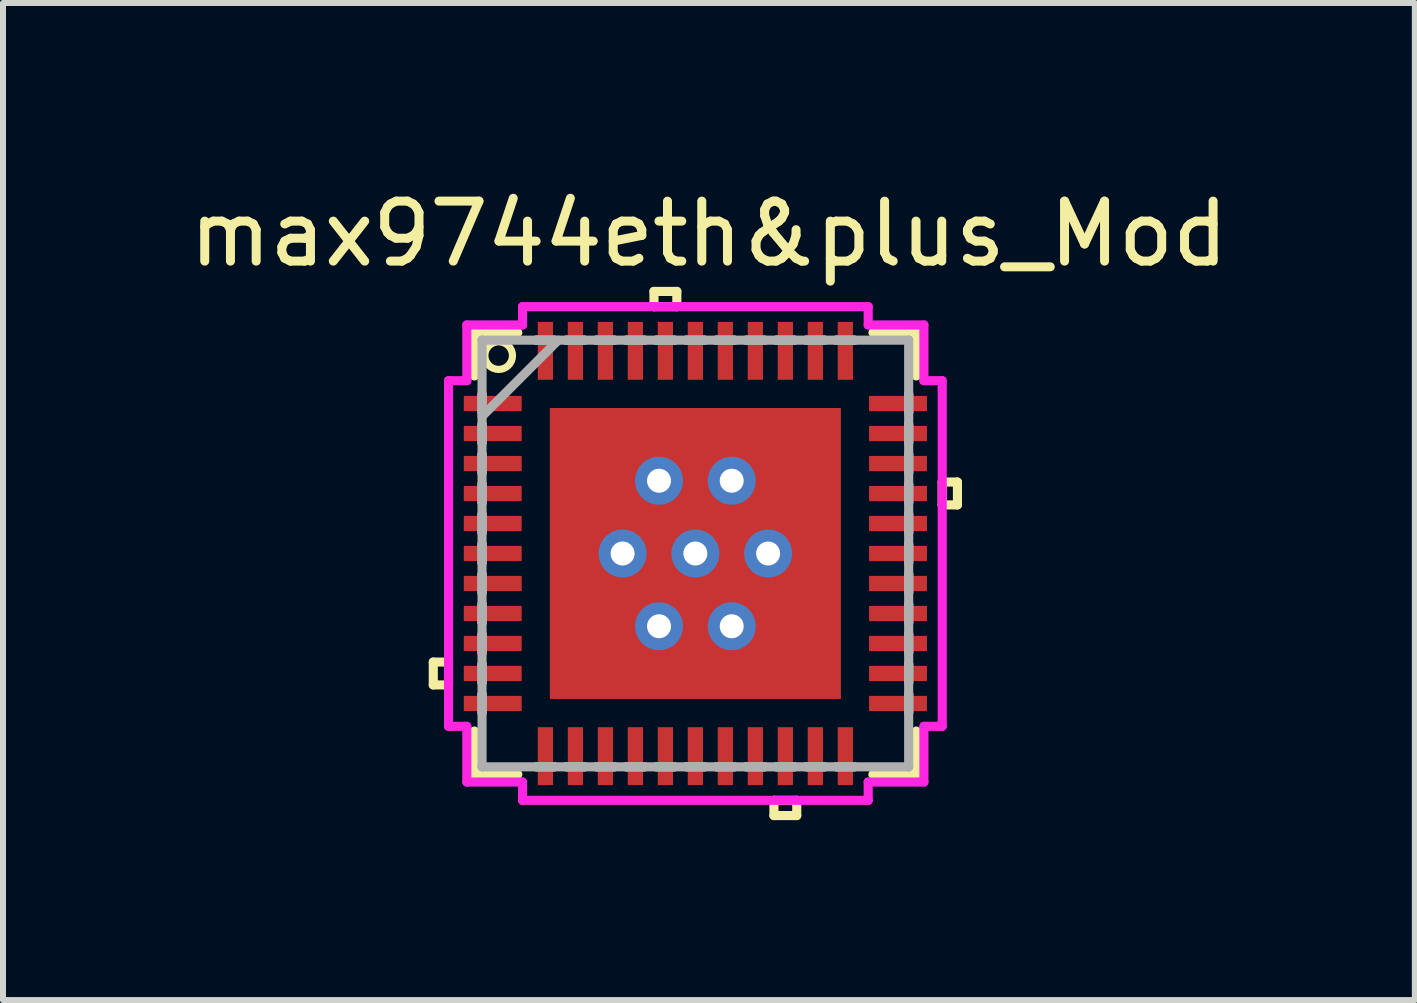
<source format=kicad_pcb>
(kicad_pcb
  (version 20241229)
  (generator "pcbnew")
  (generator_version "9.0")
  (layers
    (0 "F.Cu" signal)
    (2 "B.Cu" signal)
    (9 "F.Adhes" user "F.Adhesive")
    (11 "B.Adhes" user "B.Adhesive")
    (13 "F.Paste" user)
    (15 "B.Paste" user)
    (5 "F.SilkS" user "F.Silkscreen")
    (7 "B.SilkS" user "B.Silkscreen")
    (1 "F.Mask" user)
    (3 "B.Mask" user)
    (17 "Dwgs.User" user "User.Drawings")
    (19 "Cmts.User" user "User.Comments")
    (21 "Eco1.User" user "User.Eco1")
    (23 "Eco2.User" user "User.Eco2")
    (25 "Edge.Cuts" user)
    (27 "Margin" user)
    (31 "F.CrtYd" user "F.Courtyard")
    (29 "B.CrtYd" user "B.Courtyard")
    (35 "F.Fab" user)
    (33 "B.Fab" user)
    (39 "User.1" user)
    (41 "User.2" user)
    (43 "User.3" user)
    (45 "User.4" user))
  (footprint "max9744eth&plus_Mod"
    (layer "F.Cu")
    (at 8.542 6.177)
    (property "Reference" "max9744eth&plus_Mod" (at 0.226 -5.329 0) (layer "F.SilkS") (effects (font (size 1 1) (thickness 0.15))))
    (attr through_hole)
    (fp_line (start -4.369 1.81) (end -4.369 2.191) (stroke (width 0.152) (type solid)) (layer "F.SilkS"))
    (fp_line (start -4.369 2.191) (end -4.115 2.191) (stroke (width 0.152) (type solid)) (layer "F.SilkS"))
    (fp_line (start -4.115 1.81) (end -4.369 1.81) (stroke (width 0.152) (type solid)) (layer "F.SilkS"))
    (fp_line (start -4.115 2.191) (end -4.115 1.81) (stroke (width 0.152) (type solid)) (layer "F.SilkS"))
    (fp_line (start -3.683 -3.683) (end -3.683 -2.96) (stroke (width 0.152) (type solid)) (layer "F.SilkS"))
    (fp_line (start -3.683 2.96) (end -3.683 3.683) (stroke (width 0.152) (type solid)) (layer "F.SilkS"))
    (fp_line (start -3.683 3.683) (end -2.96 3.683) (stroke (width 0.152) (type solid)) (layer "F.SilkS"))
    (fp_line (start -2.96 -3.683) (end -3.683 -3.683) (stroke (width 0.152) (type solid)) (layer "F.SilkS"))
    (fp_line (start -0.69 -4.369) (end -0.309 -4.369) (stroke (width 0.152) (type solid)) (layer "F.SilkS"))
    (fp_line (start -0.69 -4.115) (end -0.69 -4.369) (stroke (width 0.152) (type solid)) (layer "F.SilkS"))
    (fp_line (start -0.309 -4.369) (end -0.309 -4.115) (stroke (width 0.152) (type solid)) (layer "F.SilkS"))
    (fp_line (start -0.309 -4.115) (end -0.69 -4.115) (stroke (width 0.152) (type solid)) (layer "F.SilkS"))
    (fp_line (start 1.31 4.115) (end 1.31 4.369) (stroke (width 0.152) (type solid)) (layer "F.SilkS"))
    (fp_line (start 1.31 4.369) (end 1.69 4.369) (stroke (width 0.152) (type solid)) (layer "F.SilkS"))
    (fp_line (start 1.69 4.115) (end 1.31 4.115) (stroke (width 0.152) (type solid)) (layer "F.SilkS"))
    (fp_line (start 1.69 4.369) (end 1.69 4.115) (stroke (width 0.152) (type solid)) (layer "F.SilkS"))
    (fp_line (start 2.96 3.683) (end 3.683 3.683) (stroke (width 0.152) (type solid)) (layer "F.SilkS"))
    (fp_line (start 3.683 -3.683) (end 2.96 -3.683) (stroke (width 0.152) (type solid)) (layer "F.SilkS"))
    (fp_line (start 3.683 -2.96) (end 3.683 -3.683) (stroke (width 0.152) (type solid)) (layer "F.SilkS"))
    (fp_line (start 3.683 3.683) (end 3.683 2.96) (stroke (width 0.152) (type solid)) (layer "F.SilkS"))
    (fp_line (start 4.115 -1.191) (end 4.369 -1.191) (stroke (width 0.152) (type solid)) (layer "F.SilkS"))
    (fp_line (start 4.115 -0.81) (end 4.115 -1.191) (stroke (width 0.152) (type solid)) (layer "F.SilkS"))
    (fp_line (start 4.369 -1.191) (end 4.369 -0.81) (stroke (width 0.152) (type solid)) (layer "F.SilkS"))
    (fp_line (start 4.369 -0.81) (end 4.115 -0.81) (stroke (width 0.152) (type solid)) (layer "F.SilkS"))
    (fp_circle (center -3.279 -3.299) (end -3.454 -3.449) (stroke (width 0.12) (type solid)) (fill no) (layer "F.SilkS"))
    (fp_line (start -2.326 -2.326) (end -2.326 -0.909) (stroke (width 0.152) (type solid)) (layer "F.Paste"))
    (fp_line (start -2.326 -0.909) (end -0.909 -0.909) (stroke (width 0.152) (type solid)) (layer "F.Paste"))
    (fp_line (start -2.326 -0.709) (end -2.326 0.709) (stroke (width 0.152) (type solid)) (layer "F.Paste"))
    (fp_line (start -2.326 0.709) (end -0.909 0.709) (stroke (width 0.152) (type solid)) (layer "F.Paste"))
    (fp_line (start -2.326 0.909) (end -2.326 2.326) (stroke (width 0.152) (type solid)) (layer "F.Paste"))
    (fp_line (start -2.326 2.326) (end -0.909 2.326) (stroke (width 0.152) (type solid)) (layer "F.Paste"))
    (fp_line (start -0.909 -2.326) (end -2.326 -2.326) (stroke (width 0.152) (type solid)) (layer "F.Paste"))
    (fp_line (start -0.909 -0.909) (end -0.909 -2.326) (stroke (width 0.152) (type solid)) (layer "F.Paste"))
    (fp_line (start -0.909 -0.709) (end -2.326 -0.709) (stroke (width 0.152) (type solid)) (layer "F.Paste"))
    (fp_line (start -0.909 0.709) (end -0.909 -0.709) (stroke (width 0.152) (type solid)) (layer "F.Paste"))
    (fp_line (start -0.909 0.909) (end -2.326 0.909) (stroke (width 0.152) (type solid)) (layer "F.Paste"))
    (fp_line (start -0.909 2.326) (end -0.909 0.909) (stroke (width 0.152) (type solid)) (layer "F.Paste"))
    (fp_line (start -0.709 -2.326) (end -0.709 -0.909) (stroke (width 0.152) (type solid)) (layer "F.Paste"))
    (fp_line (start -0.709 -0.909) (end 0.709 -0.909) (stroke (width 0.152) (type solid)) (layer "F.Paste"))
    (fp_line (start -0.709 -0.709) (end -0.709 0.709) (stroke (width 0.152) (type solid)) (layer "F.Paste"))
    (fp_line (start -0.709 0.709) (end 0.709 0.709) (stroke (width 0.152) (type solid)) (layer "F.Paste"))
    (fp_line (start -0.709 0.909) (end -0.709 2.326) (stroke (width 0.152) (type solid)) (layer "F.Paste"))
    (fp_line (start -0.709 2.326) (end 0.709 2.326) (stroke (width 0.152) (type solid)) (layer "F.Paste"))
    (fp_line (start 0.709 -2.326) (end -0.709 -2.326) (stroke (width 0.152) (type solid)) (layer "F.Paste"))
    (fp_line (start 0.709 -0.909) (end 0.709 -2.326) (stroke (width 0.152) (type solid)) (layer "F.Paste"))
    (fp_line (start 0.709 -0.709) (end -0.709 -0.709) (stroke (width 0.152) (type solid)) (layer "F.Paste"))
    (fp_line (start 0.709 0.709) (end 0.709 -0.709) (stroke (width 0.152) (type solid)) (layer "F.Paste"))
    (fp_line (start 0.709 0.909) (end -0.709 0.909) (stroke (width 0.152) (type solid)) (layer "F.Paste"))
    (fp_line (start 0.709 2.326) (end 0.709 0.909) (stroke (width 0.152) (type solid)) (layer "F.Paste"))
    (fp_line (start 0.909 -2.326) (end 0.909 -0.909) (stroke (width 0.152) (type solid)) (layer "F.Paste"))
    (fp_line (start 0.909 -0.909) (end 2.326 -0.909) (stroke (width 0.152) (type solid)) (layer "F.Paste"))
    (fp_line (start 0.909 -0.709) (end 0.909 0.709) (stroke (width 0.152) (type solid)) (layer "F.Paste"))
    (fp_line (start 0.909 0.709) (end 2.326 0.709) (stroke (width 0.152) (type solid)) (layer "F.Paste"))
    (fp_line (start 0.909 0.909) (end 0.909 2.326) (stroke (width 0.152) (type solid)) (layer "F.Paste"))
    (fp_line (start 0.909 2.326) (end 2.326 2.326) (stroke (width 0.152) (type solid)) (layer "F.Paste"))
    (fp_line (start 2.326 -2.326) (end 0.909 -2.326) (stroke (width 0.152) (type solid)) (layer "F.Paste"))
    (fp_line (start 2.326 -0.909) (end 2.326 -2.326) (stroke (width 0.152) (type solid)) (layer "F.Paste"))
    (fp_line (start 2.326 -0.709) (end 0.909 -0.709) (stroke (width 0.152) (type solid)) (layer "F.Paste"))
    (fp_line (start 2.326 0.709) (end 2.326 -0.709) (stroke (width 0.152) (type solid)) (layer "F.Paste"))
    (fp_line (start 2.326 0.909) (end 0.909 0.909) (stroke (width 0.152) (type solid)) (layer "F.Paste"))
    (fp_line (start 2.326 2.326) (end 2.326 0.909) (stroke (width 0.152) (type solid)) (layer "F.Paste"))
    (fp_line (start -4.115 -2.881) (end -3.81 -2.881) (stroke (width 0.152) (type solid)) (layer "F.CrtYd"))
    (fp_line (start -4.115 2.881) (end -4.115 -2.881) (stroke (width 0.152) (type solid)) (layer "F.CrtYd"))
    (fp_line (start -3.81 -3.81) (end -2.881 -3.81) (stroke (width 0.152) (type solid)) (layer "F.CrtYd"))
    (fp_line (start -3.81 -2.881) (end -3.81 -3.81) (stroke (width 0.152) (type solid)) (layer "F.CrtYd"))
    (fp_line (start -3.81 2.881) (end -4.115 2.881) (stroke (width 0.152) (type solid)) (layer "F.CrtYd"))
    (fp_line (start -3.81 3.81) (end -3.81 2.881) (stroke (width 0.152) (type solid)) (layer "F.CrtYd"))
    (fp_line (start -2.881 -4.115) (end 2.881 -4.115) (stroke (width 0.152) (type solid)) (layer "F.CrtYd"))
    (fp_line (start -2.881 -3.81) (end -2.881 -4.115) (stroke (width 0.152) (type solid)) (layer "F.CrtYd"))
    (fp_line (start -2.881 3.81) (end -3.81 3.81) (stroke (width 0.152) (type solid)) (layer "F.CrtYd"))
    (fp_line (start -2.881 4.115) (end -2.881 3.81) (stroke (width 0.152) (type solid)) (layer "F.CrtYd"))
    (fp_line (start 2.881 -4.115) (end 2.881 -3.81) (stroke (width 0.152) (type solid)) (layer "F.CrtYd"))
    (fp_line (start 2.881 -3.81) (end 3.81 -3.81) (stroke (width 0.152) (type solid)) (layer "F.CrtYd"))
    (fp_line (start 2.881 3.81) (end 2.881 4.115) (stroke (width 0.152) (type solid)) (layer "F.CrtYd"))
    (fp_line (start 2.881 4.115) (end -2.881 4.115) (stroke (width 0.152) (type solid)) (layer "F.CrtYd"))
    (fp_line (start 3.81 -3.81) (end 3.81 -2.881) (stroke (width 0.152) (type solid)) (layer "F.CrtYd"))
    (fp_line (start 3.81 -2.881) (end 4.115 -2.881) (stroke (width 0.152) (type solid)) (layer "F.CrtYd"))
    (fp_line (start 3.81 2.881) (end 3.81 3.81) (stroke (width 0.152) (type solid)) (layer "F.CrtYd"))
    (fp_line (start 3.81 3.81) (end 2.881 3.81) (stroke (width 0.152) (type solid)) (layer "F.CrtYd"))
    (fp_line (start 4.115 -2.881) (end 4.115 2.881) (stroke (width 0.152) (type solid)) (layer "F.CrtYd"))
    (fp_line (start 4.115 2.881) (end 3.81 2.881) (stroke (width 0.152) (type solid)) (layer "F.CrtYd"))
    (fp_line (start -3.556 -3.556) (end -3.556 -3.556) (stroke (width 0.152) (type solid)) (layer "F.Fab"))
    (fp_line (start -3.556 -3.556) (end -3.556 3.556) (stroke (width 0.152) (type solid)) (layer "F.Fab"))
    (fp_line (start -3.556 -2.652) (end -3.556 -2.652) (stroke (width 0.152) (type solid)) (layer "F.Fab"))
    (fp_line (start -3.556 -2.652) (end -3.556 -2.348) (stroke (width 0.152) (type solid)) (layer "F.Fab"))
    (fp_line (start -3.556 -2.348) (end -3.556 -2.652) (stroke (width 0.152) (type solid)) (layer "F.Fab"))
    (fp_line (start -3.556 -2.348) (end -3.556 -2.348) (stroke (width 0.152) (type solid)) (layer "F.Fab"))
    (fp_line (start -3.556 -2.286) (end -2.286 -3.556) (stroke (width 0.152) (type solid)) (layer "F.Fab"))
    (fp_line (start -3.556 -2.152) (end -3.556 -2.152) (stroke (width 0.152) (type solid)) (layer "F.Fab"))
    (fp_line (start -3.556 -2.152) (end -3.556 -1.848) (stroke (width 0.152) (type solid)) (layer "F.Fab"))
    (fp_line (start -3.556 -1.848) (end -3.556 -2.152) (stroke (width 0.152) (type solid)) (layer "F.Fab"))
    (fp_line (start -3.556 -1.848) (end -3.556 -1.848) (stroke (width 0.152) (type solid)) (layer "F.Fab"))
    (fp_line (start -3.556 -1.652) (end -3.556 -1.652) (stroke (width 0.152) (type solid)) (layer "F.Fab"))
    (fp_line (start -3.556 -1.652) (end -3.556 -1.348) (stroke (width 0.152) (type solid)) (layer "F.Fab"))
    (fp_line (start -3.556 -1.348) (end -3.556 -1.652) (stroke (width 0.152) (type solid)) (layer "F.Fab"))
    (fp_line (start -3.556 -1.348) (end -3.556 -1.348) (stroke (width 0.152) (type solid)) (layer "F.Fab"))
    (fp_line (start -3.556 -1.152) (end -3.556 -1.152) (stroke (width 0.152) (type solid)) (layer "F.Fab"))
    (fp_line (start -3.556 -1.152) (end -3.556 -0.848) (stroke (width 0.152) (type solid)) (layer "F.Fab"))
    (fp_line (start -3.556 -0.848) (end -3.556 -1.152) (stroke (width 0.152) (type solid)) (layer "F.Fab"))
    (fp_line (start -3.556 -0.848) (end -3.556 -0.848) (stroke (width 0.152) (type solid)) (layer "F.Fab"))
    (fp_line (start -3.556 -0.652) (end -3.556 -0.652) (stroke (width 0.152) (type solid)) (layer "F.Fab"))
    (fp_line (start -3.556 -0.652) (end -3.556 -0.348) (stroke (width 0.152) (type solid)) (layer "F.Fab"))
    (fp_line (start -3.556 -0.348) (end -3.556 -0.652) (stroke (width 0.152) (type solid)) (layer "F.Fab"))
    (fp_line (start -3.556 -0.348) (end -3.556 -0.348) (stroke (width 0.152) (type solid)) (layer "F.Fab"))
    (fp_line (start -3.556 -0.152) (end -3.556 -0.152) (stroke (width 0.152) (type solid)) (layer "F.Fab"))
    (fp_line (start -3.556 -0.152) (end -3.556 0.152) (stroke (width 0.152) (type solid)) (layer "F.Fab"))
    (fp_line (start -3.556 0.152) (end -3.556 -0.152) (stroke (width 0.152) (type solid)) (layer "F.Fab"))
    (fp_line (start -3.556 0.152) (end -3.556 0.152) (stroke (width 0.152) (type solid)) (layer "F.Fab"))
    (fp_line (start -3.556 0.348) (end -3.556 0.348) (stroke (width 0.152) (type solid)) (layer "F.Fab"))
    (fp_line (start -3.556 0.348) (end -3.556 0.652) (stroke (width 0.152) (type solid)) (layer "F.Fab"))
    (fp_line (start -3.556 0.652) (end -3.556 0.348) (stroke (width 0.152) (type solid)) (layer "F.Fab"))
    (fp_line (start -3.556 0.652) (end -3.556 0.652) (stroke (width 0.152) (type solid)) (layer "F.Fab"))
    (fp_line (start -3.556 0.848) (end -3.556 0.848) (stroke (width 0.152) (type solid)) (layer "F.Fab"))
    (fp_line (start -3.556 0.848) (end -3.556 1.152) (stroke (width 0.152) (type solid)) (layer "F.Fab"))
    (fp_line (start -3.556 1.152) (end -3.556 0.848) (stroke (width 0.152) (type solid)) (layer "F.Fab"))
    (fp_line (start -3.556 1.152) (end -3.556 1.152) (stroke (width 0.152) (type solid)) (layer "F.Fab"))
    (fp_line (start -3.556 1.348) (end -3.556 1.348) (stroke (width 0.152) (type solid)) (layer "F.Fab"))
    (fp_line (start -3.556 1.348) (end -3.556 1.652) (stroke (width 0.152) (type solid)) (layer "F.Fab"))
    (fp_line (start -3.556 1.652) (end -3.556 1.348) (stroke (width 0.152) (type solid)) (layer "F.Fab"))
    (fp_line (start -3.556 1.652) (end -3.556 1.652) (stroke (width 0.152) (type solid)) (layer "F.Fab"))
    (fp_line (start -3.556 1.848) (end -3.556 1.848) (stroke (width 0.152) (type solid)) (layer "F.Fab"))
    (fp_line (start -3.556 1.848) (end -3.556 2.152) (stroke (width 0.152) (type solid)) (layer "F.Fab"))
    (fp_line (start -3.556 2.152) (end -3.556 1.848) (stroke (width 0.152) (type solid)) (layer "F.Fab"))
    (fp_line (start -3.556 2.152) (end -3.556 2.152) (stroke (width 0.152) (type solid)) (layer "F.Fab"))
    (fp_line (start -3.556 2.348) (end -3.556 2.348) (stroke (width 0.152) (type solid)) (layer "F.Fab"))
    (fp_line (start -3.556 2.348) (end -3.556 2.652) (stroke (width 0.152) (type solid)) (layer "F.Fab"))
    (fp_line (start -3.556 2.652) (end -3.556 2.348) (stroke (width 0.152) (type solid)) (layer "F.Fab"))
    (fp_line (start -3.556 2.652) (end -3.556 2.652) (stroke (width 0.152) (type solid)) (layer "F.Fab"))
    (fp_line (start -3.556 3.556) (end -3.556 3.556) (stroke (width 0.152) (type solid)) (layer "F.Fab"))
    (fp_line (start -3.556 3.556) (end 3.556 3.556) (stroke (width 0.152) (type solid)) (layer "F.Fab"))
    (fp_line (start -2.652 -3.556) (end -2.652 -3.556) (stroke (width 0.152) (type solid)) (layer "F.Fab"))
    (fp_line (start -2.652 -3.556) (end -2.348 -3.556) (stroke (width 0.152) (type solid)) (layer "F.Fab"))
    (fp_line (start -2.652 3.556) (end -2.652 3.556) (stroke (width 0.152) (type solid)) (layer "F.Fab"))
    (fp_line (start -2.652 3.556) (end -2.348 3.556) (stroke (width 0.152) (type solid)) (layer "F.Fab"))
    (fp_line (start -2.348 -3.556) (end -2.652 -3.556) (stroke (width 0.152) (type solid)) (layer "F.Fab"))
    (fp_line (start -2.348 -3.556) (end -2.348 -3.556) (stroke (width 0.152) (type solid)) (layer "F.Fab"))
    (fp_line (start -2.348 3.556) (end -2.652 3.556) (stroke (width 0.152) (type solid)) (layer "F.Fab"))
    (fp_line (start -2.348 3.556) (end -2.348 3.556) (stroke (width 0.152) (type solid)) (layer "F.Fab"))
    (fp_line (start -2.152 -3.556) (end -2.152 -3.556) (stroke (width 0.152) (type solid)) (layer "F.Fab"))
    (fp_line (start -2.152 -3.556) (end -1.848 -3.556) (stroke (width 0.152) (type solid)) (layer "F.Fab"))
    (fp_line (start -2.152 3.556) (end -2.152 3.556) (stroke (width 0.152) (type solid)) (layer "F.Fab"))
    (fp_line (start -2.152 3.556) (end -1.848 3.556) (stroke (width 0.152) (type solid)) (layer "F.Fab"))
    (fp_line (start -1.848 -3.556) (end -2.152 -3.556) (stroke (width 0.152) (type solid)) (layer "F.Fab"))
    (fp_line (start -1.848 -3.556) (end -1.848 -3.556) (stroke (width 0.152) (type solid)) (layer "F.Fab"))
    (fp_line (start -1.848 3.556) (end -2.152 3.556) (stroke (width 0.152) (type solid)) (layer "F.Fab"))
    (fp_line (start -1.848 3.556) (end -1.848 3.556) (stroke (width 0.152) (type solid)) (layer "F.Fab"))
    (fp_line (start -1.652 -3.556) (end -1.652 -3.556) (stroke (width 0.152) (type solid)) (layer "F.Fab"))
    (fp_line (start -1.652 -3.556) (end -1.348 -3.556) (stroke (width 0.152) (type solid)) (layer "F.Fab"))
    (fp_line (start -1.652 3.556) (end -1.652 3.556) (stroke (width 0.152) (type solid)) (layer "F.Fab"))
    (fp_line (start -1.652 3.556) (end -1.348 3.556) (stroke (width 0.152) (type solid)) (layer "F.Fab"))
    (fp_line (start -1.348 -3.556) (end -1.652 -3.556) (stroke (width 0.152) (type solid)) (layer "F.Fab"))
    (fp_line (start -1.348 -3.556) (end -1.348 -3.556) (stroke (width 0.152) (type solid)) (layer "F.Fab"))
    (fp_line (start -1.348 3.556) (end -1.652 3.556) (stroke (width 0.152) (type solid)) (layer "F.Fab"))
    (fp_line (start -1.348 3.556) (end -1.348 3.556) (stroke (width 0.152) (type solid)) (layer "F.Fab"))
    (fp_line (start -1.152 -3.556) (end -1.152 -3.556) (stroke (width 0.152) (type solid)) (layer "F.Fab"))
    (fp_line (start -1.152 -3.556) (end -0.848 -3.556) (stroke (width 0.152) (type solid)) (layer "F.Fab"))
    (fp_line (start -1.152 3.556) (end -1.152 3.556) (stroke (width 0.152) (type solid)) (layer "F.Fab"))
    (fp_line (start -1.152 3.556) (end -0.848 3.556) (stroke (width 0.152) (type solid)) (layer "F.Fab"))
    (fp_line (start -0.848 -3.556) (end -1.152 -3.556) (stroke (width 0.152) (type solid)) (layer "F.Fab"))
    (fp_line (start -0.848 -3.556) (end -0.848 -3.556) (stroke (width 0.152) (type solid)) (layer "F.Fab"))
    (fp_line (start -0.848 3.556) (end -1.152 3.556) (stroke (width 0.152) (type solid)) (layer "F.Fab"))
    (fp_line (start -0.848 3.556) (end -0.848 3.556) (stroke (width 0.152) (type solid)) (layer "F.Fab"))
    (fp_line (start -0.652 -3.556) (end -0.652 -3.556) (stroke (width 0.152) (type solid)) (layer "F.Fab"))
    (fp_line (start -0.652 -3.556) (end -0.348 -3.556) (stroke (width 0.152) (type solid)) (layer "F.Fab"))
    (fp_line (start -0.652 3.556) (end -0.652 3.556) (stroke (width 0.152) (type solid)) (layer "F.Fab"))
    (fp_line (start -0.652 3.556) (end -0.348 3.556) (stroke (width 0.152) (type solid)) (layer "F.Fab"))
    (fp_line (start -0.348 -3.556) (end -0.652 -3.556) (stroke (width 0.152) (type solid)) (layer "F.Fab"))
    (fp_line (start -0.348 -3.556) (end -0.348 -3.556) (stroke (width 0.152) (type solid)) (layer "F.Fab"))
    (fp_line (start -0.348 3.556) (end -0.652 3.556) (stroke (width 0.152) (type solid)) (layer "F.Fab"))
    (fp_line (start -0.348 3.556) (end -0.348 3.556) (stroke (width 0.152) (type solid)) (layer "F.Fab"))
    (fp_line (start -0.152 -3.556) (end -0.152 -3.556) (stroke (width 0.152) (type solid)) (layer "F.Fab"))
    (fp_line (start -0.152 -3.556) (end 0.152 -3.556) (stroke (width 0.152) (type solid)) (layer "F.Fab"))
    (fp_line (start -0.152 3.556) (end -0.152 3.556) (stroke (width 0.152) (type solid)) (layer "F.Fab"))
    (fp_line (start -0.152 3.556) (end 0.152 3.556) (stroke (width 0.152) (type solid)) (layer "F.Fab"))
    (fp_line (start 0.152 -3.556) (end -0.152 -3.556) (stroke (width 0.152) (type solid)) (layer "F.Fab"))
    (fp_line (start 0.152 -3.556) (end 0.152 -3.556) (stroke (width 0.152) (type solid)) (layer "F.Fab"))
    (fp_line (start 0.152 3.556) (end -0.152 3.556) (stroke (width 0.152) (type solid)) (layer "F.Fab"))
    (fp_line (start 0.152 3.556) (end 0.152 3.556) (stroke (width 0.152) (type solid)) (layer "F.Fab"))
    (fp_line (start 0.348 -3.556) (end 0.348 -3.556) (stroke (width 0.152) (type solid)) (layer "F.Fab"))
    (fp_line (start 0.348 -3.556) (end 0.652 -3.556) (stroke (width 0.152) (type solid)) (layer "F.Fab"))
    (fp_line (start 0.348 3.556) (end 0.348 3.556) (stroke (width 0.152) (type solid)) (layer "F.Fab"))
    (fp_line (start 0.348 3.556) (end 0.652 3.556) (stroke (width 0.152) (type solid)) (layer "F.Fab"))
    (fp_line (start 0.652 -3.556) (end 0.348 -3.556) (stroke (width 0.152) (type solid)) (layer "F.Fab"))
    (fp_line (start 0.652 -3.556) (end 0.652 -3.556) (stroke (width 0.152) (type solid)) (layer "F.Fab"))
    (fp_line (start 0.652 3.556) (end 0.348 3.556) (stroke (width 0.152) (type solid)) (layer "F.Fab"))
    (fp_line (start 0.652 3.556) (end 0.652 3.556) (stroke (width 0.152) (type solid)) (layer "F.Fab"))
    (fp_line (start 0.848 -3.556) (end 0.848 -3.556) (stroke (width 0.152) (type solid)) (layer "F.Fab"))
    (fp_line (start 0.848 -3.556) (end 1.152 -3.556) (stroke (width 0.152) (type solid)) (layer "F.Fab"))
    (fp_line (start 0.848 3.556) (end 0.848 3.556) (stroke (width 0.152) (type solid)) (layer "F.Fab"))
    (fp_line (start 0.848 3.556) (end 1.152 3.556) (stroke (width 0.152) (type solid)) (layer "F.Fab"))
    (fp_line (start 1.152 -3.556) (end 0.848 -3.556) (stroke (width 0.152) (type solid)) (layer "F.Fab"))
    (fp_line (start 1.152 -3.556) (end 1.152 -3.556) (stroke (width 0.152) (type solid)) (layer "F.Fab"))
    (fp_line (start 1.152 3.556) (end 0.848 3.556) (stroke (width 0.152) (type solid)) (layer "F.Fab"))
    (fp_line (start 1.152 3.556) (end 1.152 3.556) (stroke (width 0.152) (type solid)) (layer "F.Fab"))
    (fp_line (start 1.348 -3.556) (end 1.348 -3.556) (stroke (width 0.152) (type solid)) (layer "F.Fab"))
    (fp_line (start 1.348 -3.556) (end 1.652 -3.556) (stroke (width 0.152) (type solid)) (layer "F.Fab"))
    (fp_line (start 1.348 3.556) (end 1.348 3.556) (stroke (width 0.152) (type solid)) (layer "F.Fab"))
    (fp_line (start 1.348 3.556) (end 1.652 3.556) (stroke (width 0.152) (type solid)) (layer "F.Fab"))
    (fp_line (start 1.652 -3.556) (end 1.348 -3.556) (stroke (width 0.152) (type solid)) (layer "F.Fab"))
    (fp_line (start 1.652 -3.556) (end 1.652 -3.556) (stroke (width 0.152) (type solid)) (layer "F.Fab"))
    (fp_line (start 1.652 3.556) (end 1.348 3.556) (stroke (width 0.152) (type solid)) (layer "F.Fab"))
    (fp_line (start 1.652 3.556) (end 1.652 3.556) (stroke (width 0.152) (type solid)) (layer "F.Fab"))
    (fp_line (start 1.848 -3.556) (end 1.848 -3.556) (stroke (width 0.152) (type solid)) (layer "F.Fab"))
    (fp_line (start 1.848 -3.556) (end 2.152 -3.556) (stroke (width 0.152) (type solid)) (layer "F.Fab"))
    (fp_line (start 1.848 3.556) (end 1.848 3.556) (stroke (width 0.152) (type solid)) (layer "F.Fab"))
    (fp_line (start 1.848 3.556) (end 2.152 3.556) (stroke (width 0.152) (type solid)) (layer "F.Fab"))
    (fp_line (start 2.152 -3.556) (end 1.848 -3.556) (stroke (width 0.152) (type solid)) (layer "F.Fab"))
    (fp_line (start 2.152 -3.556) (end 2.152 -3.556) (stroke (width 0.152) (type solid)) (layer "F.Fab"))
    (fp_line (start 2.152 3.556) (end 1.848 3.556) (stroke (width 0.152) (type solid)) (layer "F.Fab"))
    (fp_line (start 2.152 3.556) (end 2.152 3.556) (stroke (width 0.152) (type solid)) (layer "F.Fab"))
    (fp_line (start 2.348 -3.556) (end 2.348 -3.556) (stroke (width 0.152) (type solid)) (layer "F.Fab"))
    (fp_line (start 2.348 -3.556) (end 2.652 -3.556) (stroke (width 0.152) (type solid)) (layer "F.Fab"))
    (fp_line (start 2.348 3.556) (end 2.348 3.556) (stroke (width 0.152) (type solid)) (layer "F.Fab"))
    (fp_line (start 2.348 3.556) (end 2.652 3.556) (stroke (width 0.152) (type solid)) (layer "F.Fab"))
    (fp_line (start 2.652 -3.556) (end 2.348 -3.556) (stroke (width 0.152) (type solid)) (layer "F.Fab"))
    (fp_line (start 2.652 -3.556) (end 2.652 -3.556) (stroke (width 0.152) (type solid)) (layer "F.Fab"))
    (fp_line (start 2.652 3.556) (end 2.348 3.556) (stroke (width 0.152) (type solid)) (layer "F.Fab"))
    (fp_line (start 2.652 3.556) (end 2.652 3.556) (stroke (width 0.152) (type solid)) (layer "F.Fab"))
    (fp_line (start 3.556 -3.556) (end -3.556 -3.556) (stroke (width 0.152) (type solid)) (layer "F.Fab"))
    (fp_line (start 3.556 -3.556) (end 3.556 -3.556) (stroke (width 0.152) (type solid)) (layer "F.Fab"))
    (fp_line (start 3.556 -2.652) (end 3.556 -2.652) (stroke (width 0.152) (type solid)) (layer "F.Fab"))
    (fp_line (start 3.556 -2.652) (end 3.556 -2.348) (stroke (width 0.152) (type solid)) (layer "F.Fab"))
    (fp_line (start 3.556 -2.348) (end 3.556 -2.652) (stroke (width 0.152) (type solid)) (layer "F.Fab"))
    (fp_line (start 3.556 -2.348) (end 3.556 -2.348) (stroke (width 0.152) (type solid)) (layer "F.Fab"))
    (fp_line (start 3.556 -2.152) (end 3.556 -2.152) (stroke (width 0.152) (type solid)) (layer "F.Fab"))
    (fp_line (start 3.556 -2.152) (end 3.556 -1.848) (stroke (width 0.152) (type solid)) (layer "F.Fab"))
    (fp_line (start 3.556 -1.848) (end 3.556 -2.152) (stroke (width 0.152) (type solid)) (layer "F.Fab"))
    (fp_line (start 3.556 -1.848) (end 3.556 -1.848) (stroke (width 0.152) (type solid)) (layer "F.Fab"))
    (fp_line (start 3.556 -1.652) (end 3.556 -1.652) (stroke (width 0.152) (type solid)) (layer "F.Fab"))
    (fp_line (start 3.556 -1.652) (end 3.556 -1.348) (stroke (width 0.152) (type solid)) (layer "F.Fab"))
    (fp_line (start 3.556 -1.348) (end 3.556 -1.652) (stroke (width 0.152) (type solid)) (layer "F.Fab"))
    (fp_line (start 3.556 -1.348) (end 3.556 -1.348) (stroke (width 0.152) (type solid)) (layer "F.Fab"))
    (fp_line (start 3.556 -1.152) (end 3.556 -1.152) (stroke (width 0.152) (type solid)) (layer "F.Fab"))
    (fp_line (start 3.556 -1.152) (end 3.556 -0.848) (stroke (width 0.152) (type solid)) (layer "F.Fab"))
    (fp_line (start 3.556 -0.848) (end 3.556 -1.152) (stroke (width 0.152) (type solid)) (layer "F.Fab"))
    (fp_line (start 3.556 -0.848) (end 3.556 -0.848) (stroke (width 0.152) (type solid)) (layer "F.Fab"))
    (fp_line (start 3.556 -0.652) (end 3.556 -0.652) (stroke (width 0.152) (type solid)) (layer "F.Fab"))
    (fp_line (start 3.556 -0.652) (end 3.556 -0.348) (stroke (width 0.152) (type solid)) (layer "F.Fab"))
    (fp_line (start 3.556 -0.348) (end 3.556 -0.652) (stroke (width 0.152) (type solid)) (layer "F.Fab"))
    (fp_line (start 3.556 -0.348) (end 3.556 -0.348) (stroke (width 0.152) (type solid)) (layer "F.Fab"))
    (fp_line (start 3.556 -0.152) (end 3.556 -0.152) (stroke (width 0.152) (type solid)) (layer "F.Fab"))
    (fp_line (start 3.556 -0.152) (end 3.556 0.152) (stroke (width 0.152) (type solid)) (layer "F.Fab"))
    (fp_line (start 3.556 0.152) (end 3.556 -0.152) (stroke (width 0.152) (type solid)) (layer "F.Fab"))
    (fp_line (start 3.556 0.152) (end 3.556 0.152) (stroke (width 0.152) (type solid)) (layer "F.Fab"))
    (fp_line (start 3.556 0.348) (end 3.556 0.348) (stroke (width 0.152) (type solid)) (layer "F.Fab"))
    (fp_line (start 3.556 0.348) (end 3.556 0.652) (stroke (width 0.152) (type solid)) (layer "F.Fab"))
    (fp_line (start 3.556 0.652) (end 3.556 0.348) (stroke (width 0.152) (type solid)) (layer "F.Fab"))
    (fp_line (start 3.556 0.652) (end 3.556 0.652) (stroke (width 0.152) (type solid)) (layer "F.Fab"))
    (fp_line (start 3.556 0.848) (end 3.556 0.848) (stroke (width 0.152) (type solid)) (layer "F.Fab"))
    (fp_line (start 3.556 0.848) (end 3.556 1.152) (stroke (width 0.152) (type solid)) (layer "F.Fab"))
    (fp_line (start 3.556 1.152) (end 3.556 0.848) (stroke (width 0.152) (type solid)) (layer "F.Fab"))
    (fp_line (start 3.556 1.152) (end 3.556 1.152) (stroke (width 0.152) (type solid)) (layer "F.Fab"))
    (fp_line (start 3.556 1.348) (end 3.556 1.348) (stroke (width 0.152) (type solid)) (layer "F.Fab"))
    (fp_line (start 3.556 1.348) (end 3.556 1.652) (stroke (width 0.152) (type solid)) (layer "F.Fab"))
    (fp_line (start 3.556 1.652) (end 3.556 1.348) (stroke (width 0.152) (type solid)) (layer "F.Fab"))
    (fp_line (start 3.556 1.652) (end 3.556 1.652) (stroke (width 0.152) (type solid)) (layer "F.Fab"))
    (fp_line (start 3.556 1.848) (end 3.556 1.848) (stroke (width 0.152) (type solid)) (layer "F.Fab"))
    (fp_line (start 3.556 1.848) (end 3.556 2.152) (stroke (width 0.152) (type solid)) (layer "F.Fab"))
    (fp_line (start 3.556 2.152) (end 3.556 1.848) (stroke (width 0.152) (type solid)) (layer "F.Fab"))
    (fp_line (start 3.556 2.152) (end 3.556 2.152) (stroke (width 0.152) (type solid)) (layer "F.Fab"))
    (fp_line (start 3.556 2.348) (end 3.556 2.348) (stroke (width 0.152) (type solid)) (layer "F.Fab"))
    (fp_line (start 3.556 2.348) (end 3.556 2.652) (stroke (width 0.152) (type solid)) (layer "F.Fab"))
    (fp_line (start 3.556 2.652) (end 3.556 2.348) (stroke (width 0.152) (type solid)) (layer "F.Fab"))
    (fp_line (start 3.556 2.652) (end 3.556 2.652) (stroke (width 0.152) (type solid)) (layer "F.Fab"))
    (fp_line (start 3.556 3.556) (end 3.556 -3.556) (stroke (width 0.152) (type solid)) (layer "F.Fab"))
    (fp_line (start 3.556 3.556) (end 3.556 3.556) (stroke (width 0.152) (type solid)) (layer "F.Fab"))
    (pad "1" smd rect (at -3.378 -2.5 90) (size 0.254 0.965) (layers "F.Cu" "F.Mask" "F.Paste"))
    (pad "2" smd rect (at -3.378 -2 90) (size 0.254 0.965) (layers "F.Cu" "F.Mask" "F.Paste"))
    (pad "3" smd rect (at -3.378 -1.5 90) (size 0.254 0.965) (layers "F.Cu" "F.Mask" "F.Paste"))
    (pad "4" smd rect (at -3.378 -1 90) (size 0.254 0.965) (layers "F.Cu" "F.Mask" "F.Paste"))
    (pad "5" smd rect (at -3.378 -0.5 90) (size 0.254 0.965) (layers "F.Cu" "F.Mask" "F.Paste"))
    (pad "6" smd rect (at -3.378 0 90) (size 0.254 0.965) (layers "F.Cu" "F.Mask" "F.Paste"))
    (pad "7" smd rect (at -3.378 0.5 90) (size 0.254 0.965) (layers "F.Cu" "F.Mask" "F.Paste"))
    (pad "8" smd rect (at -3.378 1 90) (size 0.254 0.965) (layers "F.Cu" "F.Mask" "F.Paste"))
    (pad "9" smd rect (at -3.378 1.5 90) (size 0.254 0.965) (layers "F.Cu" "F.Mask" "F.Paste"))
    (pad "10" smd rect (at -3.378 2 90) (size 0.254 0.965) (layers "F.Cu" "F.Mask" "F.Paste"))
    (pad "11" smd rect (at -3.378 2.5 90) (size 0.254 0.965) (layers "F.Cu" "F.Mask" "F.Paste"))
    (pad "12" smd rect (at -2.5 3.378) (size 0.254 0.965) (layers "F.Cu" "F.Mask" "F.Paste"))
    (pad "13" smd rect (at -2 3.378) (size 0.254 0.965) (layers "F.Cu" "F.Mask" "F.Paste"))
    (pad "14" smd rect (at -1.5 3.378) (size 0.254 0.965) (layers "F.Cu" "F.Mask" "F.Paste"))
    (pad "15" smd rect (at -1 3.378) (size 0.254 0.965) (layers "F.Cu" "F.Mask" "F.Paste"))
    (pad "16" smd rect (at -0.5 3.378) (size 0.254 0.965) (layers "F.Cu" "F.Mask" "F.Paste"))
    (pad "17" smd rect (at 0 3.378) (size 0.254 0.965) (layers "F.Cu" "F.Mask" "F.Paste"))
    (pad "18" smd rect (at 0.5 3.378) (size 0.254 0.965) (layers "F.Cu" "F.Mask" "F.Paste"))
    (pad "19" smd rect (at 1 3.378) (size 0.254 0.965) (layers "F.Cu" "F.Mask" "F.Paste"))
    (pad "20" smd rect (at 1.5 3.378) (size 0.254 0.965) (layers "F.Cu" "F.Mask" "F.Paste"))
    (pad "21" smd rect (at 2 3.378) (size 0.254 0.965) (layers "F.Cu" "F.Mask" "F.Paste"))
    (pad "22" smd rect (at 2.5 3.378) (size 0.254 0.965) (layers "F.Cu" "F.Mask" "F.Paste"))
    (pad "23" smd rect (at 3.378 2.5 90) (size 0.254 0.965) (layers "F.Cu" "F.Mask" "F.Paste"))
    (pad "24" smd rect (at 3.378 2 90) (size 0.254 0.965) (layers "F.Cu" "F.Mask" "F.Paste"))
    (pad "25" smd rect (at 3.378 1.5 90) (size 0.254 0.965) (layers "F.Cu" "F.Mask" "F.Paste"))
    (pad "26" smd rect (at 3.378 1 90) (size 0.254 0.965) (layers "F.Cu" "F.Mask" "F.Paste"))
    (pad "27" smd rect (at 3.378 0.5 90) (size 0.254 0.965) (layers "F.Cu" "F.Mask" "F.Paste"))
    (pad "28" smd rect (at 3.378 0 90) (size 0.254 0.965) (layers "F.Cu" "F.Mask" "F.Paste"))
    (pad "29" smd rect (at 3.378 -0.5 90) (size 0.254 0.965) (layers "F.Cu" "F.Mask" "F.Paste"))
    (pad "30" smd rect (at 3.378 -1 90) (size 0.254 0.965) (layers "F.Cu" "F.Mask" "F.Paste"))
    (pad "31" smd rect (at 3.378 -1.5 90) (size 0.254 0.965) (layers "F.Cu" "F.Mask" "F.Paste"))
    (pad "32" smd rect (at 3.378 -2 90) (size 0.254 0.965) (layers "F.Cu" "F.Mask" "F.Paste"))
    (pad "33" smd rect (at 3.378 -2.5 90) (size 0.254 0.965) (layers "F.Cu" "F.Mask" "F.Paste"))
    (pad "34" smd rect (at 2.5 -3.378) (size 0.254 0.965) (layers "F.Cu" "F.Mask" "F.Paste"))
    (pad "35" smd rect (at 2 -3.378) (size 0.254 0.965) (layers "F.Cu" "F.Mask" "F.Paste"))
    (pad "36" smd rect (at 1.5 -3.378) (size 0.254 0.965) (layers "F.Cu" "F.Mask" "F.Paste"))
    (pad "37" smd rect (at 1 -3.378) (size 0.254 0.965) (layers "F.Cu" "F.Mask" "F.Paste"))
    (pad "38" smd rect (at 0.5 -3.378) (size 0.254 0.965) (layers "F.Cu" "F.Mask" "F.Paste"))
    (pad "39" smd rect (at 0 -3.378) (size 0.254 0.965) (layers "F.Cu" "F.Mask" "F.Paste"))
    (pad "40" smd rect (at -0.5 -3.378) (size 0.254 0.965) (layers "F.Cu" "F.Mask" "F.Paste"))
    (pad "41" smd rect (at -1 -3.378) (size 0.254 0.965) (layers "F.Cu" "F.Mask" "F.Paste"))
    (pad "42" smd rect (at -1.5 -3.378) (size 0.254 0.965) (layers "F.Cu" "F.Mask" "F.Paste"))
    (pad "43" smd rect (at -2 -3.378) (size 0.254 0.965) (layers "F.Cu" "F.Mask" "F.Paste"))
    (pad "44" smd rect (at -2.5 -3.378) (size 0.254 0.965) (layers "F.Cu" "F.Mask" "F.Paste"))
    (pad "45" thru_hole circle (at -1.213 0) (size 0.8 0.8) (drill 0.4) (layers "*.Cu" "*.Mask"))
    (pad "45" thru_hole circle (at -0.606 -1.213) (size 0.8 0.8) (drill 0.4) (layers "*.Cu" "*.Mask"))
    (pad "45" thru_hole circle (at -0.606 1.213) (size 0.8 0.8) (drill 0.4) (layers "*.Cu" "*.Mask"))
    (pad "45" thru_hole circle (at 0 0) (size 0.8 0.8) (drill 0.4) (layers "*.Cu" "*.Mask"))
    (pad "45" smd rect (at 0 0) (size 4.851 4.851) (layers "F.Cu" "F.Mask" "F.Paste"))
    (pad "45" thru_hole circle (at 0.606 -1.213) (size 0.8 0.8) (drill 0.4) (layers "*.Cu" "*.Mask"))
    (pad "45" thru_hole circle (at 0.606 1.213) (size 0.8 0.8) (drill 0.4) (layers "*.Cu" "*.Mask"))
    (pad "45" thru_hole circle (at 1.213 0) (size 0.8 0.8) (drill 0.4) (layers "*.Cu" "*.Mask")))
  (gr_rect
    (start -3 -3)
    (end 20.536 13.622)
    (stroke (width 0.1) (type default))
    (fill no)
    (layer "Edge.Cuts")))
</source>
